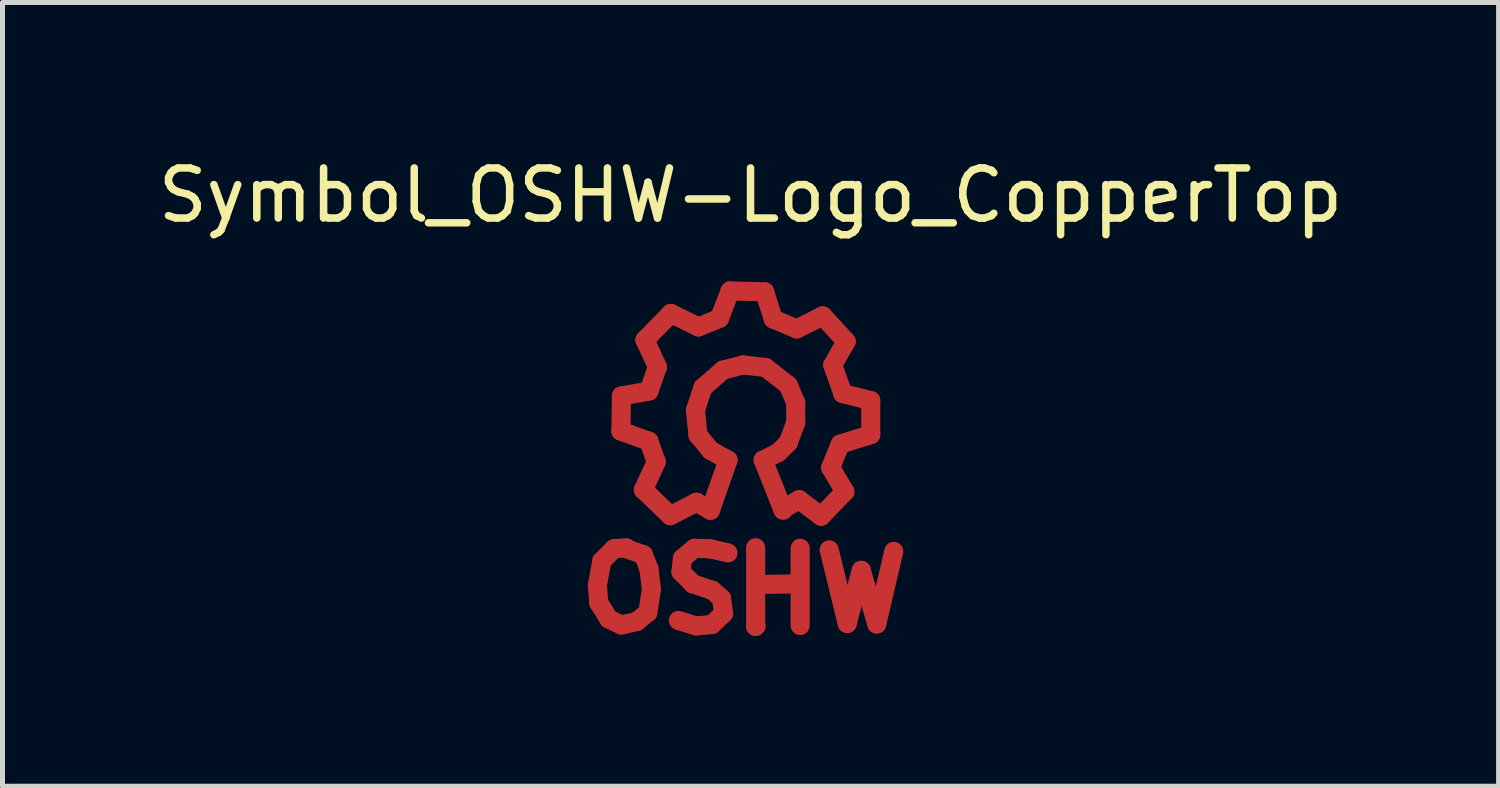
<source format=kicad_pcb>
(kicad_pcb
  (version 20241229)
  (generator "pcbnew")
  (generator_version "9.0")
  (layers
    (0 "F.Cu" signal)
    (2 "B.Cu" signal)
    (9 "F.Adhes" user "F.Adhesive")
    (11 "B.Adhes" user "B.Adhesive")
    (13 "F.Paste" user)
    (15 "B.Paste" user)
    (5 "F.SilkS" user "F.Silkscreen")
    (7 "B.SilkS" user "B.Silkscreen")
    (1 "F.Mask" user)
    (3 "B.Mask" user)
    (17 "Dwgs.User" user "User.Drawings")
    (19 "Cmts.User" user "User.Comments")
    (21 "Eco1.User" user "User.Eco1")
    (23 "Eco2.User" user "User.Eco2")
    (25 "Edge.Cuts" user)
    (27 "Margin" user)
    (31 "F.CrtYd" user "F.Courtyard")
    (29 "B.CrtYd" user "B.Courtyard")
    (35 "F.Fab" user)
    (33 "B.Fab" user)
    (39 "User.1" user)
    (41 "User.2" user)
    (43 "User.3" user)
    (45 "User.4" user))
  (footprint "Symbol_OSHW-Logo_CopperTop"
    (layer "F.Cu")
    (at 11.835 5.237)
    (property "Reference" "Symbol_OSHW-Logo_CopperTop" (at 0.099 -4.389 0) (layer "F.SilkS") (effects (font (size 1 1) (thickness 0.15))))
    (attr through_hole)
    (fp_line (start -2.959 3.401) (end -2.931 3.749) (stroke (width 0.381) (type solid)) (layer "F.Cu"))
    (fp_line (start -2.931 3.749) (end -2.731 4.069) (stroke (width 0.381) (type solid)) (layer "F.Cu"))
    (fp_line (start -2.87 2.911) (end -2.959 3.401) (stroke (width 0.381) (type solid)) (layer "F.Cu"))
    (fp_line (start -2.731 4.069) (end -2.479 4.191) (stroke (width 0.381) (type solid)) (layer "F.Cu"))
    (fp_line (start -2.629 2.67) (end -2.87 2.911) (stroke (width 0.381) (type solid)) (layer "F.Cu"))
    (fp_line (start -2.489 0.32) (end -1.93 0.521) (stroke (width 0.381) (type solid)) (layer "F.Cu"))
    (fp_line (start -2.479 -0.381) (end -2.489 0.32) (stroke (width 0.381) (type solid)) (layer "F.Cu"))
    (fp_line (start -2.479 4.191) (end -2.169 4.12) (stroke (width 0.381) (type solid)) (layer "F.Cu"))
    (fp_line (start -2.38 2.649) (end -2.629 2.67) (stroke (width 0.381) (type solid)) (layer "F.Cu"))
    (fp_line (start -2.169 4.12) (end -1.951 3.94) (stroke (width 0.381) (type solid)) (layer "F.Cu"))
    (fp_line (start -2.04 1.491) (end -1.501 2.009) (stroke (width 0.381) (type solid)) (layer "F.Cu"))
    (fp_line (start -2.04 2.789) (end -2.4 2.659) (stroke (width 0.381) (type solid)) (layer "F.Cu"))
    (fp_line (start -2.009 -1.501) (end -1.76 -0.96) (stroke (width 0.381) (type solid)) (layer "F.Cu"))
    (fp_line (start -1.951 3.94) (end -1.88 3.48) (stroke (width 0.381) (type solid)) (layer "F.Cu"))
    (fp_line (start -1.93 -0.48) (end -2.479 -0.381) (stroke (width 0.381) (type solid)) (layer "F.Cu"))
    (fp_line (start -1.93 0.521) (end -1.791 0.919) (stroke (width 0.381) (type solid)) (layer "F.Cu"))
    (fp_line (start -1.93 3.071) (end -2.04 2.789) (stroke (width 0.381) (type solid)) (layer "F.Cu"))
    (fp_line (start -1.88 3.48) (end -1.93 3.071) (stroke (width 0.381) (type solid)) (layer "F.Cu"))
    (fp_line (start -1.781 0.93) (end -2.04 1.491) (stroke (width 0.381) (type solid)) (layer "F.Cu"))
    (fp_line (start -1.76 -0.96) (end -1.93 -0.48) (stroke (width 0.381) (type solid)) (layer "F.Cu"))
    (fp_line (start -1.501 2.009) (end -0.98 1.74) (stroke (width 0.381) (type solid)) (layer "F.Cu"))
    (fp_line (start -1.491 -2.029) (end -2.009 -1.501) (stroke (width 0.381) (type solid)) (layer "F.Cu"))
    (fp_line (start -1.29 3.129) (end -1.049 3.371) (stroke (width 0.381) (type solid)) (layer "F.Cu"))
    (fp_line (start -1.26 2.86) (end -1.29 3.129) (stroke (width 0.381) (type solid)) (layer "F.Cu"))
    (fp_line (start -1.049 3.371) (end -0.66 3.5) (stroke (width 0.381) (type solid)) (layer "F.Cu"))
    (fp_line (start -1.021 2.659) (end -1.26 2.86) (stroke (width 0.381) (type solid)) (layer "F.Cu"))
    (fp_line (start -1.001 -0.099) (end -0.95 0.399) (stroke (width 0.381) (type solid)) (layer "F.Cu"))
    (fp_line (start -0.991 4.209) (end -1.341 4.1) (stroke (width 0.381) (type solid)) (layer "F.Cu"))
    (fp_line (start -0.98 1.74) (end -0.701 1.9) (stroke (width 0.381) (type solid)) (layer "F.Cu"))
    (fp_line (start -0.95 0.399) (end -0.701 0.701) (stroke (width 0.381) (type solid)) (layer "F.Cu"))
    (fp_line (start -0.94 -1.76) (end -1.491 -2.029) (stroke (width 0.381) (type solid)) (layer "F.Cu"))
    (fp_line (start -0.851 -0.551) (end -1.001 -0.099) (stroke (width 0.381) (type solid)) (layer "F.Cu"))
    (fp_line (start -0.701 0.701) (end -0.351 0.899) (stroke (width 0.381) (type solid)) (layer "F.Cu"))
    (fp_line (start -0.701 2.67) (end -1.021 2.659) (stroke (width 0.381) (type solid)) (layer "F.Cu"))
    (fp_line (start -0.671 4.181) (end -0.991 4.209) (stroke (width 0.381) (type solid)) (layer "F.Cu"))
    (fp_line (start -0.66 3.5) (end -0.48 3.66) (stroke (width 0.381) (type solid)) (layer "F.Cu"))
    (fp_line (start -0.521 -1.93) (end -0.94 -1.76) (stroke (width 0.381) (type solid)) (layer "F.Cu"))
    (fp_line (start -0.48 3.66) (end -0.439 3.96) (stroke (width 0.381) (type solid)) (layer "F.Cu"))
    (fp_line (start -0.45 -0.899) (end -0.851 -0.551) (stroke (width 0.381) (type solid)) (layer "F.Cu"))
    (fp_line (start -0.439 3.96) (end -0.671 4.181) (stroke (width 0.381) (type solid)) (layer "F.Cu"))
    (fp_line (start -0.351 0.899) (end -0.701 1.9) (stroke (width 0.381) (type solid)) (layer "F.Cu"))
    (fp_line (start -0.351 2.751) (end -0.701 2.67) (stroke (width 0.381) (type solid)) (layer "F.Cu"))
    (fp_line (start -0.31 -2.479) (end -0.521 -1.93) (stroke (width 0.381) (type solid)) (layer "F.Cu"))
    (fp_line (start -0.051 -1.001) (end -0.45 -0.899) (stroke (width 0.381) (type solid)) (layer "F.Cu"))
    (fp_line (start 0.201 2.649) (end 0.201 4.219) (stroke (width 0.381) (type solid)) (layer "F.Cu"))
    (fp_line (start 0.201 4.219) (end 0.211 4.209) (stroke (width 0.381) (type solid)) (layer "F.Cu"))
    (fp_line (start 0.249 3.381) (end 1.039 3.371) (stroke (width 0.381) (type solid)) (layer "F.Cu"))
    (fp_line (start 0.351 0.899) (end 0.65 0.749) (stroke (width 0.381) (type solid)) (layer "F.Cu"))
    (fp_line (start 0.351 0.899) (end 0.749 1.9) (stroke (width 0.381) (type solid)) (layer "F.Cu"))
    (fp_line (start 0.381 -2.461) (end -0.31 -2.479) (stroke (width 0.381) (type solid)) (layer "F.Cu"))
    (fp_line (start 0.399 -0.95) (end -0.051 -1.001) (stroke (width 0.381) (type solid)) (layer "F.Cu"))
    (fp_line (start 0.551 -1.92) (end 0.381 -2.461) (stroke (width 0.381) (type solid)) (layer "F.Cu"))
    (fp_line (start 0.65 0.749) (end 0.851 0.551) (stroke (width 0.381) (type solid)) (layer "F.Cu"))
    (fp_line (start 0.739 1.88) (end 1.069 1.689) (stroke (width 0.381) (type solid)) (layer "F.Cu"))
    (fp_line (start 0.851 -0.599) (end 0.399 -0.95) (stroke (width 0.381) (type solid)) (layer "F.Cu"))
    (fp_line (start 0.851 0.551) (end 1.001 0.15) (stroke (width 0.381) (type solid)) (layer "F.Cu"))
    (fp_line (start 1.001 -0.249) (end 0.851 -0.599) (stroke (width 0.381) (type solid)) (layer "F.Cu"))
    (fp_line (start 1.001 0.15) (end 1.001 -0.249) (stroke (width 0.381) (type solid)) (layer "F.Cu"))
    (fp_line (start 1.021 -1.72) (end 0.551 -1.92) (stroke (width 0.381) (type solid)) (layer "F.Cu"))
    (fp_line (start 1.039 3.371) (end 1.049 3.381) (stroke (width 0.381) (type solid)) (layer "F.Cu"))
    (fp_line (start 1.049 3.381) (end 1.049 3.371) (stroke (width 0.381) (type solid)) (layer "F.Cu"))
    (fp_line (start 1.069 1.689) (end 1.509 2.019) (stroke (width 0.381) (type solid)) (layer "F.Cu"))
    (fp_line (start 1.09 2.659) (end 1.09 4.201) (stroke (width 0.381) (type solid)) (layer "F.Cu"))
    (fp_line (start 1.509 2.019) (end 1.981 1.529) (stroke (width 0.381) (type solid)) (layer "F.Cu"))
    (fp_line (start 1.539 -1.981) (end 1.021 -1.72) (stroke (width 0.381) (type solid)) (layer "F.Cu"))
    (fp_line (start 1.669 2.69) (end 2.029 4.161) (stroke (width 0.381) (type solid)) (layer "F.Cu"))
    (fp_line (start 1.699 1.049) (end 1.89 0.579) (stroke (width 0.381) (type solid)) (layer "F.Cu"))
    (fp_line (start 1.74 -1.001) (end 2.009 -1.471) (stroke (width 0.381) (type solid)) (layer "F.Cu"))
    (fp_line (start 1.89 0.579) (end 2.499 0.391) (stroke (width 0.381) (type solid)) (layer "F.Cu"))
    (fp_line (start 1.941 -0.429) (end 1.74 -1.001) (stroke (width 0.381) (type solid)) (layer "F.Cu"))
    (fp_line (start 1.981 1.529) (end 1.699 1.049) (stroke (width 0.381) (type solid)) (layer "F.Cu"))
    (fp_line (start 2.009 -1.471) (end 1.539 -1.981) (stroke (width 0.381) (type solid)) (layer "F.Cu"))
    (fp_line (start 2.029 4.161) (end 2.309 3.099) (stroke (width 0.381) (type solid)) (layer "F.Cu"))
    (fp_line (start 2.309 3.099) (end 2.619 4.171) (stroke (width 0.381) (type solid)) (layer "F.Cu"))
    (fp_line (start 2.499 -0.29) (end 1.941 -0.429) (stroke (width 0.381) (type solid)) (layer "F.Cu"))
    (fp_line (start 2.499 0.391) (end 2.499 -0.29) (stroke (width 0.381) (type solid)) (layer "F.Cu"))
    (fp_line (start 2.619 4.171) (end 2.959 2.72) (stroke (width 0.381) (type solid)) (layer "F.Cu")))
  (gr_rect
    (start -3 -3)
    (end 26.869 12.647)
    (stroke (width 0.1) (type default))
    (fill no)
    (layer "Edge.Cuts")))
</source>
